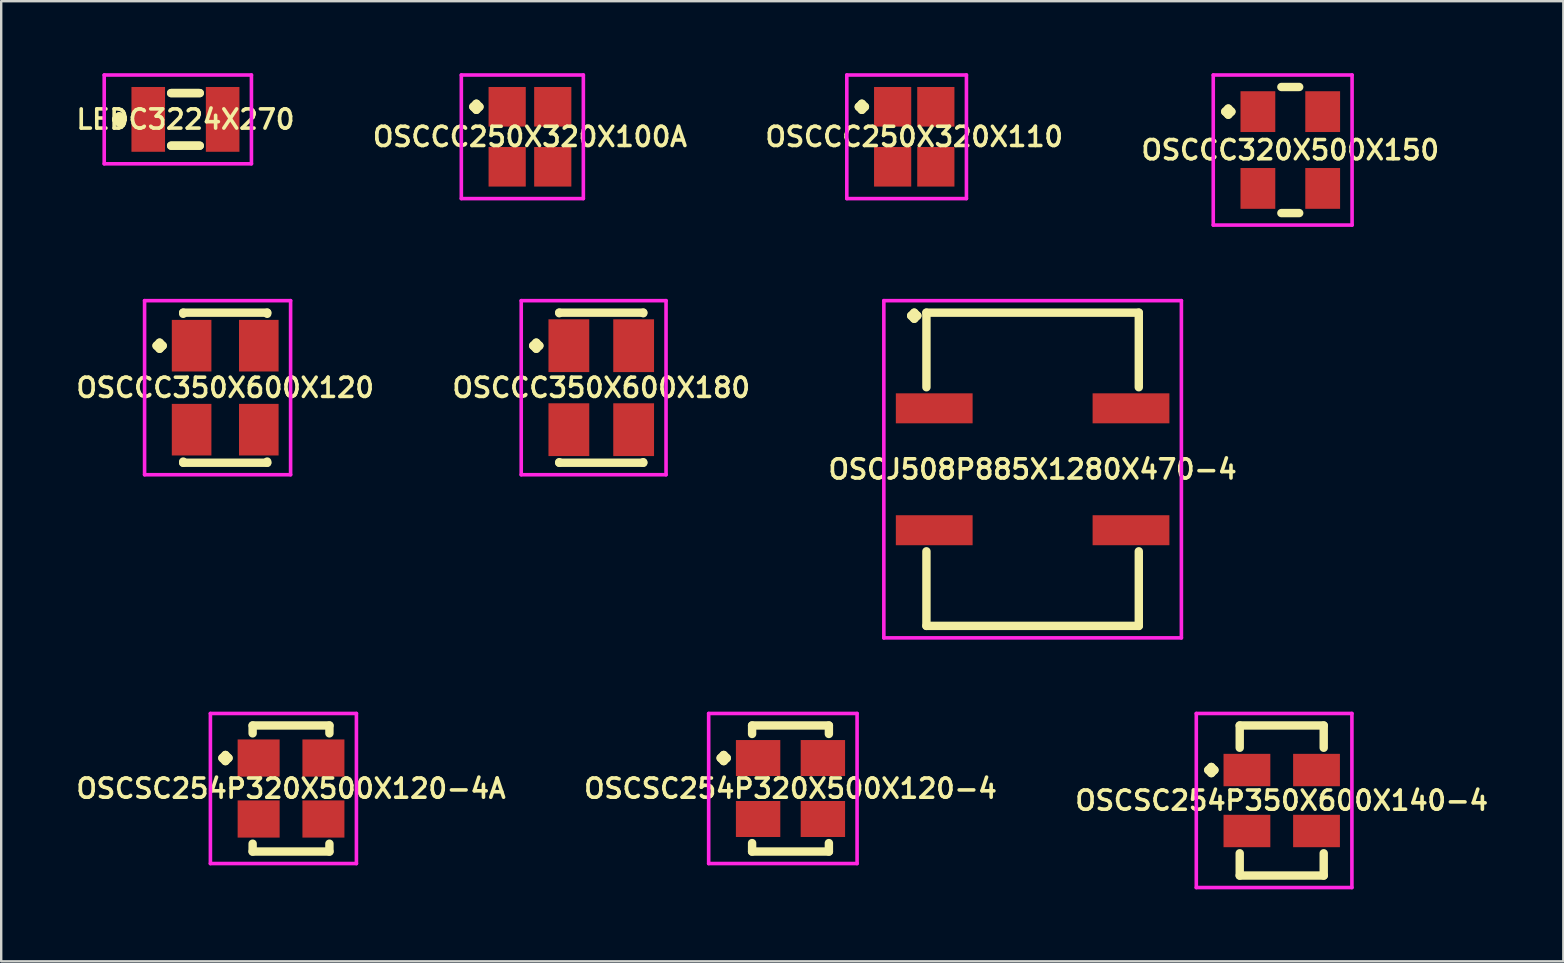
<source format=kicad_pcb>
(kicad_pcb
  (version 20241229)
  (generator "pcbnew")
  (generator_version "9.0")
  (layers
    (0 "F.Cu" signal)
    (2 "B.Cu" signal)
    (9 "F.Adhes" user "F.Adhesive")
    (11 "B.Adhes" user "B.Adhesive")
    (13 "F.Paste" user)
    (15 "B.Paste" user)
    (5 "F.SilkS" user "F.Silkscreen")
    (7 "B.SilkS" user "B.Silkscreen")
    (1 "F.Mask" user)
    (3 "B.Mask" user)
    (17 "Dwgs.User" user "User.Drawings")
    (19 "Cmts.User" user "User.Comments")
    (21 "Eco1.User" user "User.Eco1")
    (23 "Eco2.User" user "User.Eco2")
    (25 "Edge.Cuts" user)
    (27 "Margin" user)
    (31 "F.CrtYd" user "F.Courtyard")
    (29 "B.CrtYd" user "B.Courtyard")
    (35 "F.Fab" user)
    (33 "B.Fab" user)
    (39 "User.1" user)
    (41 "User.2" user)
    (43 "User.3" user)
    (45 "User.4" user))
  (footprint "LEDC3224X270"
    (layer "F.Cu")
    (at 4.678 1.925)
    (property "Reference" "LEDC3224X270" (at 0 0 0) (layer "F.SilkS") (effects (font (size 0.8 0.8) (thickness 0.15))))
    (attr smd)
    (fp_line (start -2.885 0) (end -2.758 -0.127) (stroke (width 0.35) (type solid)) (layer "F.SilkS"))
    (fp_line (start -2.758 -0.127) (end -2.631 0) (stroke (width 0.35) (type solid)) (layer "F.SilkS"))
    (fp_line (start -2.758 0.127) (end -2.885 0) (stroke (width 0.35) (type solid)) (layer "F.SilkS"))
    (fp_line (start -2.631 0) (end -2.758 0.127) (stroke (width 0.35) (type solid)) (layer "F.SilkS"))
    (fp_line (start -0.596 -1.096) (end 0.596 -1.096) (stroke (width 0.35) (type solid)) (layer "F.SilkS"))
    (fp_line (start -0.596 1.096) (end 0.596 1.096) (stroke (width 0.35) (type solid)) (layer "F.SilkS"))
    (fp_line (start 0.596 -1.096) (end -0.596 -1.096) (stroke (width 0.35) (type solid)) (layer "F.SilkS"))
    (fp_line (start 0.596 1.096) (end -0.596 1.096) (stroke (width 0.35) (type solid)) (layer "F.SilkS"))
    (fp_line (start -3.385 -1.85) (end 2.75 -1.85) (stroke (width 0.15) (type solid)) (layer "F.CrtYd"))
    (fp_line (start -3.385 1.85) (end -3.385 -1.85) (stroke (width 0.15) (type solid)) (layer "F.CrtYd"))
    (fp_line (start 2.75 -1.85) (end 2.75 1.85) (stroke (width 0.15) (type solid)) (layer "F.CrtYd"))
    (fp_line (start 2.75 1.85) (end -3.385 1.85) (stroke (width 0.15) (type solid)) (layer "F.CrtYd"))
    (pad "1" smd rect (at -1.55 0) (size 1.4 2.7) (layers "F.Cu" "F.Mask" "F.Paste"))
    (pad "2" smd rect (at 1.55 0) (size 1.4 2.7) (layers "F.Cu" "F.Mask" "F.Paste")))
  (footprint "OSCCC250X320X110"
    (layer "F.Cu")
    (at 35.049 2.65)
    (property "Reference" "OSCCC250X320X110" (at 0 0 0) (layer "F.SilkS") (effects (font (size 0.8 0.8) (thickness 0.15))))
    (attr smd)
    (fp_line (start -2.31 -1.25) (end -2.183 -1.377) (stroke (width 0.35) (type solid)) (layer "F.SilkS"))
    (fp_line (start -2.183 -1.377) (end -2.056 -1.25) (stroke (width 0.35) (type solid)) (layer "F.SilkS"))
    (fp_line (start -2.183 -1.123) (end -2.31 -1.25) (stroke (width 0.35) (type solid)) (layer "F.SilkS"))
    (fp_line (start -2.056 -1.25) (end -2.183 -1.123) (stroke (width 0.35) (type solid)) (layer "F.SilkS"))
    (fp_line (start -2.81 -2.575) (end 2.175 -2.575) (stroke (width 0.15) (type solid)) (layer "F.CrtYd"))
    (fp_line (start -2.81 2.575) (end -2.81 -2.575) (stroke (width 0.15) (type solid)) (layer "F.CrtYd"))
    (fp_line (start 2.175 -2.575) (end 2.175 2.575) (stroke (width 0.15) (type solid)) (layer "F.CrtYd"))
    (fp_line (start 2.175 2.575) (end -2.81 2.575) (stroke (width 0.15) (type solid)) (layer "F.CrtYd"))
    (pad "1" smd rect (at -0.9 -1.25) (size 1.55 1.65) (layers "F.Cu" "F.Mask" "F.Paste"))
    (pad "2" smd rect (at -0.9 1.25) (size 1.55 1.65) (layers "F.Cu" "F.Mask" "F.Paste"))
    (pad "3" smd rect (at 0.9 1.25) (size 1.55 1.65) (layers "F.Cu" "F.Mask" "F.Paste"))
    (pad "4" smd rect (at 0.9 -1.25) (size 1.55 1.65) (layers "F.Cu" "F.Mask" "F.Paste")))
  (footprint "OSCCC350X600X120"
    (layer "F.Cu")
    (at 6.335 13.106)
    (property "Reference" "OSCCC350X600X120" (at 0 0 0) (layer "F.SilkS") (effects (font (size 0.8 0.8) (thickness 0.15))))
    (attr smd)
    (fp_line (start -2.86 -1.75) (end -2.733 -1.877) (stroke (width 0.35) (type solid)) (layer "F.SilkS"))
    (fp_line (start -2.733 -1.877) (end -2.606 -1.75) (stroke (width 0.35) (type solid)) (layer "F.SilkS"))
    (fp_line (start -2.733 -1.623) (end -2.86 -1.75) (stroke (width 0.35) (type solid)) (layer "F.SilkS"))
    (fp_line (start -2.606 -1.75) (end -2.733 -1.623) (stroke (width 0.35) (type solid)) (layer "F.SilkS"))
    (fp_line (start -1.75 -3.127) (end 1.75 -3.127) (stroke (width 0.35) (type solid)) (layer "F.SilkS"))
    (fp_line (start -1.75 -3.079) (end -1.75 -3.127) (stroke (width 0.35) (type solid)) (layer "F.SilkS"))
    (fp_line (start -1.75 3.079) (end -1.75 3.127) (stroke (width 0.35) (type solid)) (layer "F.SilkS"))
    (fp_line (start -1.75 3.127) (end 1.75 3.127) (stroke (width 0.35) (type solid)) (layer "F.SilkS"))
    (fp_line (start 1.75 -3.127) (end 1.75 -3.079) (stroke (width 0.35) (type solid)) (layer "F.SilkS"))
    (fp_line (start 1.75 3.127) (end 1.75 3.079) (stroke (width 0.35) (type solid)) (layer "F.SilkS"))
    (fp_line (start -3.36 -3.627) (end 2.725 -3.627) (stroke (width 0.15) (type solid)) (layer "F.CrtYd"))
    (fp_line (start -3.36 3.627) (end -3.36 -3.627) (stroke (width 0.15) (type solid)) (layer "F.CrtYd"))
    (fp_line (start 2.725 -3.627) (end 2.725 3.627) (stroke (width 0.15) (type solid)) (layer "F.CrtYd"))
    (fp_line (start 2.725 3.627) (end -3.36 3.627) (stroke (width 0.15) (type solid)) (layer "F.CrtYd"))
    (pad "1" smd rect (at -1.4 -1.75) (size 1.65 2.15) (layers "F.Cu" "F.Mask" "F.Paste"))
    (pad "2" smd rect (at -1.4 1.75) (size 1.65 2.15) (layers "F.Cu" "F.Mask" "F.Paste"))
    (pad "3" smd rect (at 1.4 1.75) (size 1.65 2.15) (layers "F.Cu" "F.Mask" "F.Paste"))
    (pad "4" smd rect (at 1.4 -1.75) (size 1.65 2.15) (layers "F.Cu" "F.Mask" "F.Paste")))
  (footprint "OSCSC254P350X600X140-4"
    (layer "F.Cu")
    (at 50.363 30.31)
    (property "Reference" "OSCSC254P350X600X140-4" (at 0 0 0) (layer "F.SilkS") (effects (font (size 0.8 0.8) (thickness 0.15))))
    (attr smd)
    (fp_line (start -3.06 -1.27) (end -2.933 -1.397) (stroke (width 0.35) (type solid)) (layer "F.SilkS"))
    (fp_line (start -2.933 -1.397) (end -2.806 -1.27) (stroke (width 0.35) (type solid)) (layer "F.SilkS"))
    (fp_line (start -2.933 -1.143) (end -3.06 -1.27) (stroke (width 0.35) (type solid)) (layer "F.SilkS"))
    (fp_line (start -2.806 -1.27) (end -2.933 -1.143) (stroke (width 0.35) (type solid)) (layer "F.SilkS"))
    (fp_line (start -1.75 -3.127) (end 1.75 -3.127) (stroke (width 0.35) (type solid)) (layer "F.SilkS"))
    (fp_line (start -1.75 -2.199) (end -1.75 -3.127) (stroke (width 0.35) (type solid)) (layer "F.SilkS"))
    (fp_line (start -1.75 2.199) (end -1.75 3.127) (stroke (width 0.35) (type solid)) (layer "F.SilkS"))
    (fp_line (start -1.75 3.127) (end 1.75 3.127) (stroke (width 0.35) (type solid)) (layer "F.SilkS"))
    (fp_line (start 1.75 -3.127) (end 1.75 -2.199) (stroke (width 0.35) (type solid)) (layer "F.SilkS"))
    (fp_line (start 1.75 3.127) (end 1.75 2.199) (stroke (width 0.35) (type solid)) (layer "F.SilkS"))
    (fp_line (start -3.56 -3.627) (end 2.925 -3.627) (stroke (width 0.15) (type solid)) (layer "F.CrtYd"))
    (fp_line (start -3.56 3.627) (end -3.56 -3.627) (stroke (width 0.15) (type solid)) (layer "F.CrtYd"))
    (fp_line (start 2.925 -3.627) (end 2.925 3.627) (stroke (width 0.15) (type solid)) (layer "F.CrtYd"))
    (fp_line (start 2.925 3.627) (end -3.56 3.627) (stroke (width 0.15) (type solid)) (layer "F.CrtYd"))
    (pad "1" smd rect (at -1.45 -1.27) (size 1.95 1.35) (layers "F.Cu" "F.Mask" "F.Paste"))
    (pad "2" smd rect (at -1.45 1.27) (size 1.95 1.35) (layers "F.Cu" "F.Mask" "F.Paste"))
    (pad "3" smd rect (at 1.45 1.27) (size 1.95 1.35) (layers "F.Cu" "F.Mask" "F.Paste"))
    (pad "4" smd rect (at 1.45 -1.27) (size 1.95 1.35) (layers "F.Cu" "F.Mask" "F.Paste")))
  (footprint "OSCSC254P320X500X120-4"
    (layer "F.Cu")
    (at 29.892 29.81)
    (property "Reference" "OSCSC254P320X500X120-4" (at 0 0 0) (layer "F.SilkS") (effects (font (size 0.8 0.8) (thickness 0.15))))
    (attr smd)
    (fp_line (start -2.91 -1.27) (end -2.783 -1.397) (stroke (width 0.35) (type solid)) (layer "F.SilkS"))
    (fp_line (start -2.783 -1.397) (end -2.656 -1.27) (stroke (width 0.35) (type solid)) (layer "F.SilkS"))
    (fp_line (start -2.783 -1.143) (end -2.91 -1.27) (stroke (width 0.35) (type solid)) (layer "F.SilkS"))
    (fp_line (start -2.656 -1.27) (end -2.783 -1.143) (stroke (width 0.35) (type solid)) (layer "F.SilkS"))
    (fp_line (start -1.6 -2.627) (end 1.6 -2.627) (stroke (width 0.35) (type solid)) (layer "F.SilkS"))
    (fp_line (start -1.6 -2.274) (end -1.6 -2.627) (stroke (width 0.35) (type solid)) (layer "F.SilkS"))
    (fp_line (start -1.6 2.274) (end -1.6 2.627) (stroke (width 0.35) (type solid)) (layer "F.SilkS"))
    (fp_line (start -1.6 2.627) (end 1.6 2.627) (stroke (width 0.35) (type solid)) (layer "F.SilkS"))
    (fp_line (start 1.6 -2.627) (end 1.6 -2.274) (stroke (width 0.35) (type solid)) (layer "F.SilkS"))
    (fp_line (start 1.6 2.627) (end 1.6 2.274) (stroke (width 0.35) (type solid)) (layer "F.SilkS"))
    (fp_line (start -3.41 -3.127) (end 2.775 -3.127) (stroke (width 0.15) (type solid)) (layer "F.CrtYd"))
    (fp_line (start -3.41 3.127) (end -3.41 -3.127) (stroke (width 0.15) (type solid)) (layer "F.CrtYd"))
    (fp_line (start 2.775 -3.127) (end 2.775 3.127) (stroke (width 0.15) (type solid)) (layer "F.CrtYd"))
    (fp_line (start 2.775 3.127) (end -3.41 3.127) (stroke (width 0.15) (type solid)) (layer "F.CrtYd"))
    (pad "1" smd rect (at -1.35 -1.27) (size 1.85 1.5) (layers "F.Cu" "F.Mask" "F.Paste"))
    (pad "2" smd rect (at -1.35 1.27) (size 1.85 1.5) (layers "F.Cu" "F.Mask" "F.Paste"))
    (pad "3" smd rect (at 1.35 1.27) (size 1.85 1.5) (layers "F.Cu" "F.Mask" "F.Paste"))
    (pad "4" smd rect (at 1.35 -1.27) (size 1.85 1.5) (layers "F.Cu" "F.Mask" "F.Paste")))
  (footprint "OSCCC350X600X180"
    (layer "F.Cu")
    (at 22.006 13.106)
    (property "Reference" "OSCCC350X600X180" (at 0 0 0) (layer "F.SilkS") (effects (font (size 0.8 0.8) (thickness 0.15))))
    (attr smd)
    (fp_line (start -2.835 -1.75) (end -2.708 -1.877) (stroke (width 0.35) (type solid)) (layer "F.SilkS"))
    (fp_line (start -2.708 -1.877) (end -2.581 -1.75) (stroke (width 0.35) (type solid)) (layer "F.SilkS"))
    (fp_line (start -2.708 -1.623) (end -2.835 -1.75) (stroke (width 0.35) (type solid)) (layer "F.SilkS"))
    (fp_line (start -2.581 -1.75) (end -2.708 -1.623) (stroke (width 0.35) (type solid)) (layer "F.SilkS"))
    (fp_line (start -1.75 -3.127) (end 1.75 -3.127) (stroke (width 0.35) (type solid)) (layer "F.SilkS"))
    (fp_line (start -1.75 -3.104) (end -1.75 -3.127) (stroke (width 0.35) (type solid)) (layer "F.SilkS"))
    (fp_line (start -1.75 3.104) (end -1.75 3.127) (stroke (width 0.35) (type solid)) (layer "F.SilkS"))
    (fp_line (start -1.75 3.127) (end 1.75 3.127) (stroke (width 0.35) (type solid)) (layer "F.SilkS"))
    (fp_line (start 1.75 -3.127) (end 1.75 -3.104) (stroke (width 0.35) (type solid)) (layer "F.SilkS"))
    (fp_line (start 1.75 3.127) (end 1.75 3.104) (stroke (width 0.35) (type solid)) (layer "F.SilkS"))
    (fp_line (start -3.335 -3.627) (end 2.7 -3.627) (stroke (width 0.15) (type solid)) (layer "F.CrtYd"))
    (fp_line (start -3.335 3.627) (end -3.335 -3.627) (stroke (width 0.15) (type solid)) (layer "F.CrtYd"))
    (fp_line (start 2.7 -3.627) (end 2.7 3.627) (stroke (width 0.15) (type solid)) (layer "F.CrtYd"))
    (fp_line (start 2.7 3.627) (end -3.335 3.627) (stroke (width 0.15) (type solid)) (layer "F.CrtYd"))
    (pad "1" smd rect (at -1.35 -1.75) (size 1.7 2.2) (layers "F.Cu" "F.Mask" "F.Paste"))
    (pad "2" smd rect (at -1.35 1.75) (size 1.7 2.2) (layers "F.Cu" "F.Mask" "F.Paste"))
    (pad "3" smd rect (at 1.35 1.75) (size 1.7 2.2) (layers "F.Cu" "F.Mask" "F.Paste"))
    (pad "4" smd rect (at 1.35 -1.75) (size 1.7 2.2) (layers "F.Cu" "F.Mask" "F.Paste")))
  (footprint "OSCSC254P320X500X120-4A"
    (layer "F.Cu")
    (at 9.078 29.81)
    (property "Reference" "OSCSC254P320X500X120-4A" (at 0 0 0) (layer "F.SilkS") (effects (font (size 0.8 0.8) (thickness 0.15))))
    (attr smd)
    (fp_line (start -2.86 -1.27) (end -2.733 -1.397) (stroke (width 0.35) (type solid)) (layer "F.SilkS"))
    (fp_line (start -2.733 -1.397) (end -2.606 -1.27) (stroke (width 0.35) (type solid)) (layer "F.SilkS"))
    (fp_line (start -2.733 -1.143) (end -2.86 -1.27) (stroke (width 0.35) (type solid)) (layer "F.SilkS"))
    (fp_line (start -2.606 -1.27) (end -2.733 -1.143) (stroke (width 0.35) (type solid)) (layer "F.SilkS"))
    (fp_line (start -1.6 -2.627) (end 1.6 -2.627) (stroke (width 0.35) (type solid)) (layer "F.SilkS"))
    (fp_line (start -1.6 -2.299) (end -1.6 -2.627) (stroke (width 0.35) (type solid)) (layer "F.SilkS"))
    (fp_line (start -1.6 2.299) (end -1.6 2.627) (stroke (width 0.35) (type solid)) (layer "F.SilkS"))
    (fp_line (start -1.6 2.627) (end 1.6 2.627) (stroke (width 0.35) (type solid)) (layer "F.SilkS"))
    (fp_line (start 1.6 -2.627) (end 1.6 -2.299) (stroke (width 0.35) (type solid)) (layer "F.SilkS"))
    (fp_line (start 1.6 2.627) (end 1.6 2.299) (stroke (width 0.35) (type solid)) (layer "F.SilkS"))
    (fp_line (start -3.36 -3.127) (end 2.725 -3.127) (stroke (width 0.15) (type solid)) (layer "F.CrtYd"))
    (fp_line (start -3.36 3.127) (end -3.36 -3.127) (stroke (width 0.15) (type solid)) (layer "F.CrtYd"))
    (fp_line (start 2.725 -3.127) (end 2.725 3.127) (stroke (width 0.15) (type solid)) (layer "F.CrtYd"))
    (fp_line (start 2.725 3.127) (end -3.36 3.127) (stroke (width 0.15) (type solid)) (layer "F.CrtYd"))
    (pad "1" smd rect (at -1.35 -1.27) (size 1.75 1.55) (layers "F.Cu" "F.Mask" "F.Paste"))
    (pad "2" smd rect (at -1.35 1.27) (size 1.75 1.55) (layers "F.Cu" "F.Mask" "F.Paste"))
    (pad "3" smd rect (at 1.35 1.27) (size 1.75 1.55) (layers "F.Cu" "F.Mask" "F.Paste"))
    (pad "4" smd rect (at 1.35 -1.27) (size 1.75 1.55) (layers "F.Cu" "F.Mask" "F.Paste")))
  (footprint "OSCJ508P885X1280X470-4"
    (layer "F.Cu")
    (at 39.982 16.506)
    (property "Reference" "OSCJ508P885X1280X470-4" (at 0 0 0) (layer "F.SilkS") (effects (font (size 0.8 0.8) (thickness 0.15))))
    (attr smd)
    (fp_line (start -5.06 -6.4) (end -4.933 -6.527) (stroke (width 0.35) (type solid)) (layer "F.SilkS"))
    (fp_line (start -4.933 -6.527) (end -4.806 -6.4) (stroke (width 0.35) (type solid)) (layer "F.SilkS"))
    (fp_line (start -4.933 -6.273) (end -5.06 -6.4) (stroke (width 0.35) (type solid)) (layer "F.SilkS"))
    (fp_line (start -4.806 -6.4) (end -4.933 -6.273) (stroke (width 0.35) (type solid)) (layer "F.SilkS"))
    (fp_line (start -4.425 -6.527) (end 4.425 -6.527) (stroke (width 0.35) (type solid)) (layer "F.SilkS"))
    (fp_line (start -4.425 -3.419) (end -4.425 -6.527) (stroke (width 0.35) (type solid)) (layer "F.SilkS"))
    (fp_line (start -4.425 3.419) (end -4.425 6.527) (stroke (width 0.35) (type solid)) (layer "F.SilkS"))
    (fp_line (start -4.425 6.527) (end 4.425 6.527) (stroke (width 0.35) (type solid)) (layer "F.SilkS"))
    (fp_line (start 4.425 -6.527) (end 4.425 -3.419) (stroke (width 0.35) (type solid)) (layer "F.SilkS"))
    (fp_line (start 4.425 6.527) (end 4.425 3.419) (stroke (width 0.35) (type solid)) (layer "F.SilkS"))
    (fp_line (start -6.2 -7.027) (end 6.2 -7.027) (stroke (width 0.15) (type solid)) (layer "F.CrtYd"))
    (fp_line (start -6.2 7.027) (end -6.2 -7.027) (stroke (width 0.15) (type solid)) (layer "F.CrtYd"))
    (fp_line (start 6.2 -7.027) (end 6.2 7.027) (stroke (width 0.15) (type solid)) (layer "F.CrtYd"))
    (fp_line (start 6.2 7.027) (end -6.2 7.027) (stroke (width 0.15) (type solid)) (layer "F.CrtYd"))
    (pad "1" smd rect (at -4.1 -2.54) (size 3.2 1.25) (layers "F.Cu" "F.Mask" "F.Paste"))
    (pad "2" smd rect (at -4.1 2.54) (size 3.2 1.25) (layers "F.Cu" "F.Mask" "F.Paste"))
    (pad "3" smd rect (at 4.1 2.54) (size 3.2 1.25) (layers "F.Cu" "F.Mask" "F.Paste"))
    (pad "4" smd rect (at 4.1 -2.54) (size 3.2 1.25) (layers "F.Cu" "F.Mask" "F.Paste")))
  (footprint "OSCCC250X320X100A"
    (layer "F.Cu")
    (at 19.035 2.65)
    (property "Reference" "OSCCC250X320X100A" (at 0 0 0) (layer "F.SilkS") (effects (font (size 0.8 0.8) (thickness 0.15))))
    (attr smd)
    (fp_line (start -2.36 -1.25) (end -2.233 -1.377) (stroke (width 0.35) (type solid)) (layer "F.SilkS"))
    (fp_line (start -2.233 -1.377) (end -2.106 -1.25) (stroke (width 0.35) (type solid)) (layer "F.SilkS"))
    (fp_line (start -2.233 -1.123) (end -2.36 -1.25) (stroke (width 0.35) (type solid)) (layer "F.SilkS"))
    (fp_line (start -2.106 -1.25) (end -2.233 -1.123) (stroke (width 0.35) (type solid)) (layer "F.SilkS"))
    (fp_line (start -2.86 -2.575) (end 2.225 -2.575) (stroke (width 0.15) (type solid)) (layer "F.CrtYd"))
    (fp_line (start -2.86 2.575) (end -2.86 -2.575) (stroke (width 0.15) (type solid)) (layer "F.CrtYd"))
    (fp_line (start 2.225 -2.575) (end 2.225 2.575) (stroke (width 0.15) (type solid)) (layer "F.CrtYd"))
    (fp_line (start 2.225 2.575) (end -2.86 2.575) (stroke (width 0.15) (type solid)) (layer "F.CrtYd"))
    (pad "1" smd rect (at -0.95 -1.25) (size 1.55 1.65) (layers "F.Cu" "F.Mask" "F.Paste"))
    (pad "2" smd rect (at -0.95 1.25) (size 1.55 1.65) (layers "F.Cu" "F.Mask" "F.Paste"))
    (pad "3" smd rect (at 0.95 1.25) (size 1.55 1.65) (layers "F.Cu" "F.Mask" "F.Paste"))
    (pad "4" smd rect (at 0.95 -1.25) (size 1.55 1.65) (layers "F.Cu" "F.Mask" "F.Paste")))
  (footprint "OSCCC320X500X150"
    (layer "F.Cu")
    (at 50.72 3.202)
    (property "Reference" "OSCCC320X500X150" (at 0 0 0) (layer "F.SilkS") (effects (font (size 0.8 0.8) (thickness 0.15))))
    (attr smd)
    (fp_line (start -2.71 -1.6) (end -2.583 -1.727) (stroke (width 0.35) (type solid)) (layer "F.SilkS"))
    (fp_line (start -2.583 -1.727) (end -2.456 -1.6) (stroke (width 0.35) (type solid)) (layer "F.SilkS"))
    (fp_line (start -2.583 -1.473) (end -2.71 -1.6) (stroke (width 0.35) (type solid)) (layer "F.SilkS"))
    (fp_line (start -2.456 -1.6) (end -2.583 -1.473) (stroke (width 0.35) (type solid)) (layer "F.SilkS"))
    (fp_line (start -0.371 -2.627) (end 0.371 -2.627) (stroke (width 0.35) (type solid)) (layer "F.SilkS"))
    (fp_line (start -0.371 2.627) (end 0.371 2.627) (stroke (width 0.35) (type solid)) (layer "F.SilkS"))
    (fp_line (start -3.21 -3.127) (end 2.575 -3.127) (stroke (width 0.15) (type solid)) (layer "F.CrtYd"))
    (fp_line (start -3.21 3.127) (end -3.21 -3.127) (stroke (width 0.15) (type solid)) (layer "F.CrtYd"))
    (fp_line (start 2.575 -3.127) (end 2.575 3.127) (stroke (width 0.15) (type solid)) (layer "F.CrtYd"))
    (fp_line (start 2.575 3.127) (end -3.21 3.127) (stroke (width 0.15) (type solid)) (layer "F.CrtYd"))
    (pad "1" smd rect (at -1.35 -1.6) (size 1.45 1.7) (layers "F.Cu" "F.Mask" "F.Paste"))
    (pad "2" smd rect (at -1.35 1.6) (size 1.45 1.7) (layers "F.Cu" "F.Mask" "F.Paste"))
    (pad "3" smd rect (at 1.35 1.6) (size 1.45 1.7) (layers "F.Cu" "F.Mask" "F.Paste"))
    (pad "4" smd rect (at 1.35 -1.6) (size 1.45 1.7) (layers "F.Cu" "F.Mask" "F.Paste")))
  (gr_rect
    (start -3 -3)
    (end 62.099 37.012)
    (stroke (width 0.1) (type default))
    (fill no)
    (layer "Edge.Cuts")))
</source>
